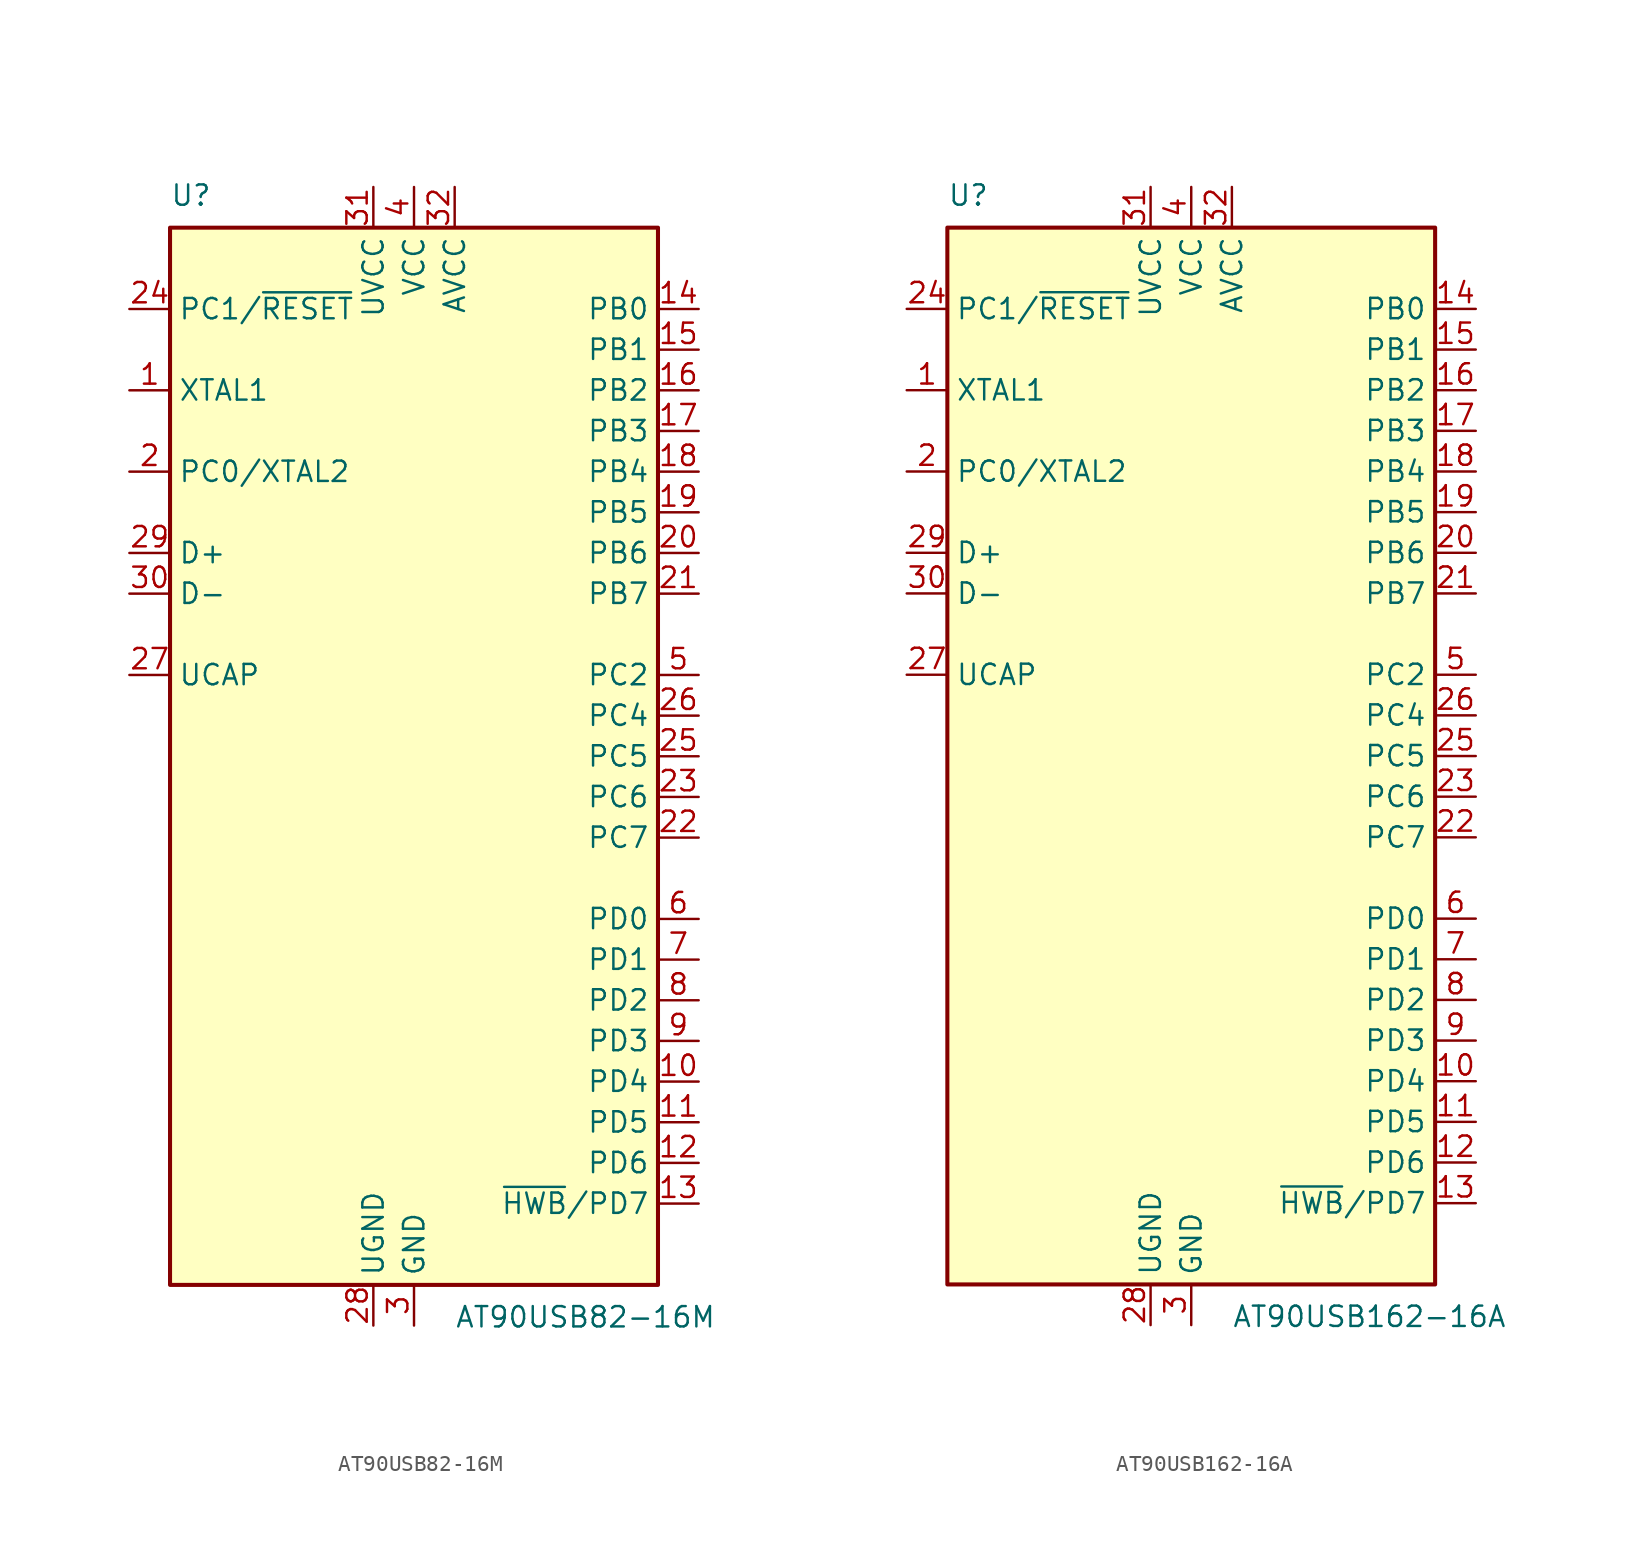
<source format=kicad_sym>
(kicad_symbol_lib
  (version 20241209)
  (generator "kicad_symbol_editor")
  (generator_version "9.0")
  (symbol "AT90USB82-16M"
    (property "Reference" "U"
      (at -15.24 34.29 0)
      (effects (font (size 1.27 1.27)) (justify left bottom)))
    (property "Value" "AT90USB82-16M"
      (at 2.54 -34.29 0)
      (effects (font (size 1.27 1.27)) (justify left top)))
    (symbol "AT90USB82-16M_0_1"
      (rectangle (start -15.24 -33.02) (end 15.24 33.02) (stroke (width 0.254) (type default)) (fill (type background))))
    (symbol "AT90USB82-16M_1_1"
      (pin bidirectional line (at -17.78 27.94 0) (length 2.54) (name "PC1/~{RESET}" (effects (font (size 1.27 1.27)))) (number "24" (effects (font (size 1.27 1.27)))))
      (pin input line (at -17.78 22.86 0) (length 2.54) (name "XTAL1" (effects (font (size 1.27 1.27)))) (number "1" (effects (font (size 1.27 1.27)))))
      (pin bidirectional line (at -17.78 17.78 0) (length 2.54) (name "PC0/XTAL2" (effects (font (size 1.27 1.27)))) (number "2" (effects (font (size 1.27 1.27)))))
      (pin bidirectional line (at -17.78 12.7 0) (length 2.54) (name "D+" (effects (font (size 1.27 1.27)))) (number "29" (effects (font (size 1.27 1.27)))))
      (pin bidirectional line (at -17.78 10.16 0) (length 2.54) (name "D-" (effects (font (size 1.27 1.27)))) (number "30" (effects (font (size 1.27 1.27)))))
      (pin passive line (at -17.78 5.08 0) (length 2.54) (name "UCAP" (effects (font (size 1.27 1.27)))) (number "27" (effects (font (size 1.27 1.27)))))
      (pin power_in line (at -2.54 35.56 270) (length 2.54) (name "UVCC" (effects (font (size 1.27 1.27)))) (number "31" (effects (font (size 1.27 1.27)))))
      (pin power_in line (at -2.54 -35.56 90) (length 2.54) (name "UGND" (effects (font (size 1.27 1.27)))) (number "28" (effects (font (size 1.27 1.27)))))
      (pin power_in line (at 0 35.56 270) (length 2.54) (name "VCC" (effects (font (size 1.27 1.27)))) (number "4" (effects (font (size 1.27 1.27)))))
      (pin power_in line (at 0 -35.56 90) (length 2.54) (name "GND" (effects (font (size 1.27 1.27)))) (number "3" (effects (font (size 1.27 1.27)))))
      (pin passive line (at 0 -35.56 90) (length 2.54) (hide yes) (name "GND" (effects (font (size 1.27 1.27)))) (number "33" (effects (font (size 1.27 1.27)))))
      (pin power_in line (at 2.54 35.56 270) (length 2.54) (name "AVCC" (effects (font (size 1.27 1.27)))) (number "32" (effects (font (size 1.27 1.27)))))
      (pin bidirectional line (at 17.78 27.94 180) (length 2.54) (name "PB0" (effects (font (size 1.27 1.27)))) (number "14" (effects (font (size 1.27 1.27)))))
      (pin bidirectional line (at 17.78 25.4 180) (length 2.54) (name "PB1" (effects (font (size 1.27 1.27)))) (number "15" (effects (font (size 1.27 1.27)))))
      (pin bidirectional line (at 17.78 22.86 180) (length 2.54) (name "PB2" (effects (font (size 1.27 1.27)))) (number "16" (effects (font (size 1.27 1.27)))))
      (pin bidirectional line (at 17.78 20.32 180) (length 2.54) (name "PB3" (effects (font (size 1.27 1.27)))) (number "17" (effects (font (size 1.27 1.27)))))
      (pin bidirectional line (at 17.78 17.78 180) (length 2.54) (name "PB4" (effects (font (size 1.27 1.27)))) (number "18" (effects (font (size 1.27 1.27)))))
      (pin bidirectional line (at 17.78 15.24 180) (length 2.54) (name "PB5" (effects (font (size 1.27 1.27)))) (number "19" (effects (font (size 1.27 1.27)))))
      (pin bidirectional line (at 17.78 12.7 180) (length 2.54) (name "PB6" (effects (font (size 1.27 1.27)))) (number "20" (effects (font (size 1.27 1.27)))))
      (pin bidirectional line (at 17.78 10.16 180) (length 2.54) (name "PB7" (effects (font (size 1.27 1.27)))) (number "21" (effects (font (size 1.27 1.27)))))
      (pin bidirectional line (at 17.78 5.08 180) (length 2.54) (name "PC2" (effects (font (size 1.27 1.27)))) (number "5" (effects (font (size 1.27 1.27)))))
      (pin bidirectional line (at 17.78 2.54 180) (length 2.54) (name "PC4" (effects (font (size 1.27 1.27)))) (number "26" (effects (font (size 1.27 1.27)))))
      (pin bidirectional line (at 17.78 0 180) (length 2.54) (name "PC5" (effects (font (size 1.27 1.27)))) (number "25" (effects (font (size 1.27 1.27)))))
      (pin bidirectional line (at 17.78 -2.54 180) (length 2.54) (name "PC6" (effects (font (size 1.27 1.27)))) (number "23" (effects (font (size 1.27 1.27)))))
      (pin bidirectional line (at 17.78 -5.08 180) (length 2.54) (name "PC7" (effects (font (size 1.27 1.27)))) (number "22" (effects (font (size 1.27 1.27)))))
      (pin bidirectional line (at 17.78 -10.16 180) (length 2.54) (name "PD0" (effects (font (size 1.27 1.27)))) (number "6" (effects (font (size 1.27 1.27)))))
      (pin bidirectional line (at 17.78 -12.7 180) (length 2.54) (name "PD1" (effects (font (size 1.27 1.27)))) (number "7" (effects (font (size 1.27 1.27)))))
      (pin bidirectional line (at 17.78 -15.24 180) (length 2.54) (name "PD2" (effects (font (size 1.27 1.27)))) (number "8" (effects (font (size 1.27 1.27)))))
      (pin bidirectional line (at 17.78 -17.78 180) (length 2.54) (name "PD3" (effects (font (size 1.27 1.27)))) (number "9" (effects (font (size 1.27 1.27)))))
      (pin bidirectional line (at 17.78 -20.32 180) (length 2.54) (name "PD4" (effects (font (size 1.27 1.27)))) (number "10" (effects (font (size 1.27 1.27)))))
      (pin bidirectional line (at 17.78 -22.86 180) (length 2.54) (name "PD5" (effects (font (size 1.27 1.27)))) (number "11" (effects (font (size 1.27 1.27)))))
      (pin bidirectional line (at 17.78 -25.4 180) (length 2.54) (name "PD6" (effects (font (size 1.27 1.27)))) (number "12" (effects (font (size 1.27 1.27)))))
      (pin bidirectional line (at 17.78 -27.94 180) (length 2.54) (name "~{HWB}/PD7" (effects (font (size 1.27 1.27)))) (number "13" (effects (font (size 1.27 1.27)))))))
  (symbol "AT90USB162-16A"
    (property "Reference" "U"
      (at -15.24 34.29 0)
      (effects (font (size 1.27 1.27)) (justify left bottom)))
    (property "Value" "AT90USB162-16A"
      (at 2.54 -34.29 0)
      (effects (font (size 1.27 1.27)) (justify left top)))
    (symbol "AT90USB162-16A_0_1"
      (rectangle (start -15.24 -33.02) (end 15.24 33.02) (stroke (width 0.254) (type default)) (fill (type background))))
    (symbol "AT90USB162-16A_1_1"
      (pin bidirectional line (at -17.78 27.94 0) (length 2.54) (name "PC1/~{RESET}" (effects (font (size 1.27 1.27)))) (number "24" (effects (font (size 1.27 1.27)))))
      (pin input line (at -17.78 22.86 0) (length 2.54) (name "XTAL1" (effects (font (size 1.27 1.27)))) (number "1" (effects (font (size 1.27 1.27)))))
      (pin bidirectional line (at -17.78 17.78 0) (length 2.54) (name "PC0/XTAL2" (effects (font (size 1.27 1.27)))) (number "2" (effects (font (size 1.27 1.27)))))
      (pin bidirectional line (at -17.78 12.7 0) (length 2.54) (name "D+" (effects (font (size 1.27 1.27)))) (number "29" (effects (font (size 1.27 1.27)))))
      (pin bidirectional line (at -17.78 10.16 0) (length 2.54) (name "D-" (effects (font (size 1.27 1.27)))) (number "30" (effects (font (size 1.27 1.27)))))
      (pin passive line (at -17.78 5.08 0) (length 2.54) (name "UCAP" (effects (font (size 1.27 1.27)))) (number "27" (effects (font (size 1.27 1.27)))))
      (pin power_in line (at -2.54 35.56 270) (length 2.54) (name "UVCC" (effects (font (size 1.27 1.27)))) (number "31" (effects (font (size 1.27 1.27)))))
      (pin power_in line (at -2.54 -35.56 90) (length 2.54) (name "UGND" (effects (font (size 1.27 1.27)))) (number "28" (effects (font (size 1.27 1.27)))))
      (pin power_in line (at 0 35.56 270) (length 2.54) (name "VCC" (effects (font (size 1.27 1.27)))) (number "4" (effects (font (size 1.27 1.27)))))
      (pin power_in line (at 0 -35.56 90) (length 2.54) (name "GND" (effects (font (size 1.27 1.27)))) (number "3" (effects (font (size 1.27 1.27)))))
      (pin power_in line (at 2.54 35.56 270) (length 2.54) (name "AVCC" (effects (font (size 1.27 1.27)))) (number "32" (effects (font (size 1.27 1.27)))))
      (pin bidirectional line (at 17.78 27.94 180) (length 2.54) (name "PB0" (effects (font (size 1.27 1.27)))) (number "14" (effects (font (size 1.27 1.27)))))
      (pin bidirectional line (at 17.78 25.4 180) (length 2.54) (name "PB1" (effects (font (size 1.27 1.27)))) (number "15" (effects (font (size 1.27 1.27)))))
      (pin bidirectional line (at 17.78 22.86 180) (length 2.54) (name "PB2" (effects (font (size 1.27 1.27)))) (number "16" (effects (font (size 1.27 1.27)))))
      (pin bidirectional line (at 17.78 20.32 180) (length 2.54) (name "PB3" (effects (font (size 1.27 1.27)))) (number "17" (effects (font (size 1.27 1.27)))))
      (pin bidirectional line (at 17.78 17.78 180) (length 2.54) (name "PB4" (effects (font (size 1.27 1.27)))) (number "18" (effects (font (size 1.27 1.27)))))
      (pin bidirectional line (at 17.78 15.24 180) (length 2.54) (name "PB5" (effects (font (size 1.27 1.27)))) (number "19" (effects (font (size 1.27 1.27)))))
      (pin bidirectional line (at 17.78 12.7 180) (length 2.54) (name "PB6" (effects (font (size 1.27 1.27)))) (number "20" (effects (font (size 1.27 1.27)))))
      (pin bidirectional line (at 17.78 10.16 180) (length 2.54) (name "PB7" (effects (font (size 1.27 1.27)))) (number "21" (effects (font (size 1.27 1.27)))))
      (pin bidirectional line (at 17.78 5.08 180) (length 2.54) (name "PC2" (effects (font (size 1.27 1.27)))) (number "5" (effects (font (size 1.27 1.27)))))
      (pin bidirectional line (at 17.78 2.54 180) (length 2.54) (name "PC4" (effects (font (size 1.27 1.27)))) (number "26" (effects (font (size 1.27 1.27)))))
      (pin bidirectional line (at 17.78 0 180) (length 2.54) (name "PC5" (effects (font (size 1.27 1.27)))) (number "25" (effects (font (size 1.27 1.27)))))
      (pin bidirectional line (at 17.78 -2.54 180) (length 2.54) (name "PC6" (effects (font (size 1.27 1.27)))) (number "23" (effects (font (size 1.27 1.27)))))
      (pin bidirectional line (at 17.78 -5.08 180) (length 2.54) (name "PC7" (effects (font (size 1.27 1.27)))) (number "22" (effects (font (size 1.27 1.27)))))
      (pin bidirectional line (at 17.78 -10.16 180) (length 2.54) (name "PD0" (effects (font (size 1.27 1.27)))) (number "6" (effects (font (size 1.27 1.27)))))
      (pin bidirectional line (at 17.78 -12.7 180) (length 2.54) (name "PD1" (effects (font (size 1.27 1.27)))) (number "7" (effects (font (size 1.27 1.27)))))
      (pin bidirectional line (at 17.78 -15.24 180) (length 2.54) (name "PD2" (effects (font (size 1.27 1.27)))) (number "8" (effects (font (size 1.27 1.27)))))
      (pin bidirectional line (at 17.78 -17.78 180) (length 2.54) (name "PD3" (effects (font (size 1.27 1.27)))) (number "9" (effects (font (size 1.27 1.27)))))
      (pin bidirectional line (at 17.78 -20.32 180) (length 2.54) (name "PD4" (effects (font (size 1.27 1.27)))) (number "10" (effects (font (size 1.27 1.27)))))
      (pin bidirectional line (at 17.78 -22.86 180) (length 2.54) (name "PD5" (effects (font (size 1.27 1.27)))) (number "11" (effects (font (size 1.27 1.27)))))
      (pin bidirectional line (at 17.78 -25.4 180) (length 2.54) (name "PD6" (effects (font (size 1.27 1.27)))) (number "12" (effects (font (size 1.27 1.27)))))
      (pin bidirectional line (at 17.78 -27.94 180) (length 2.54) (name "~{HWB}/PD7" (effects (font (size 1.27 1.27)))) (number "13" (effects (font (size 1.27 1.27))))))))
</source>
